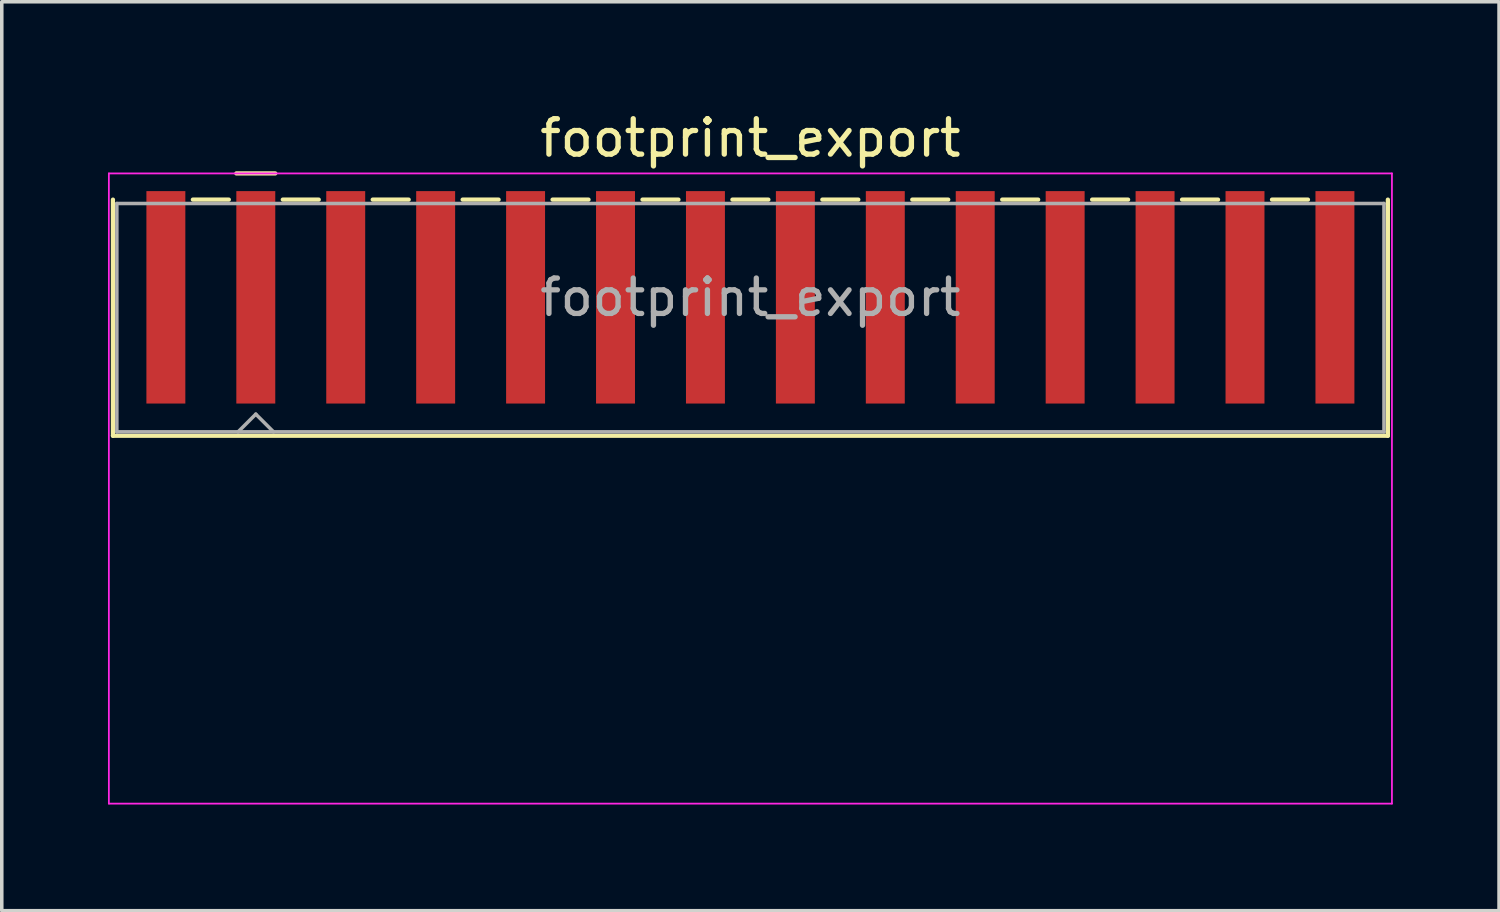
<source format=kicad_pcb>
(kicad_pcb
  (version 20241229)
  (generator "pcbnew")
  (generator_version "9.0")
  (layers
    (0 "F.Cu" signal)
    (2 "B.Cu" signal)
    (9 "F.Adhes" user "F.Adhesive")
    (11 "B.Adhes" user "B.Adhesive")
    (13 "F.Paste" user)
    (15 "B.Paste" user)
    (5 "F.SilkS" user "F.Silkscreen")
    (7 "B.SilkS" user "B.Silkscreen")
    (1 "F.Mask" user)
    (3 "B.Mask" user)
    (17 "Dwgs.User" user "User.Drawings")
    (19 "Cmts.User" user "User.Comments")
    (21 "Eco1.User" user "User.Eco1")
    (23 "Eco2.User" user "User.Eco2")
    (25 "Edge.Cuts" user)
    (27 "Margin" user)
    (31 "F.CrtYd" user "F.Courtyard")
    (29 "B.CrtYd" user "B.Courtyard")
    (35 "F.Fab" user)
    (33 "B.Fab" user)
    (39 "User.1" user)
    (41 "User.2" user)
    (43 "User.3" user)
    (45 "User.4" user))
  (footprint "footprint_export"
    (layer "F.Cu")
    (at 18.145 6.648)
    (property "Reference" "footprint_export" (at 0 -5.8 0) (layer "F.SilkS") (effects (font (size 1 1) (thickness 0.15))))
    (attr smd)
    (fp_line (start -18.005 -4.06) (end -18.005 2.61) (stroke (width 0.12) (type solid)) (layer "F.SilkS"))
    (fp_line (start -15.748 -4.06) (end -14.732 -4.06) (stroke (width 0.12) (type solid)) (layer "F.SilkS"))
    (fp_line (start -14.52 -4.8) (end -13.42 -4.8) (stroke (width 0.12) (type solid)) (layer "F.SilkS"))
    (fp_line (start -13.208 -4.06) (end -12.192 -4.06) (stroke (width 0.12) (type solid)) (layer "F.SilkS"))
    (fp_line (start -10.668 -4.06) (end -9.652 -4.06) (stroke (width 0.12) (type solid)) (layer "F.SilkS"))
    (fp_line (start -8.128 -4.06) (end -7.112 -4.06) (stroke (width 0.12) (type solid)) (layer "F.SilkS"))
    (fp_line (start -5.588 -4.06) (end -4.572 -4.06) (stroke (width 0.12) (type solid)) (layer "F.SilkS"))
    (fp_line (start -3.048 -4.06) (end -2.032 -4.06) (stroke (width 0.12) (type solid)) (layer "F.SilkS"))
    (fp_line (start -0.508 -4.06) (end 0.508 -4.06) (stroke (width 0.12) (type solid)) (layer "F.SilkS"))
    (fp_line (start 2.032 -4.06) (end 3.048 -4.06) (stroke (width 0.12) (type solid)) (layer "F.SilkS"))
    (fp_line (start 4.572 -4.06) (end 5.588 -4.06) (stroke (width 0.12) (type solid)) (layer "F.SilkS"))
    (fp_line (start 7.112 -4.06) (end 8.128 -4.06) (stroke (width 0.12) (type solid)) (layer "F.SilkS"))
    (fp_line (start 9.652 -4.06) (end 10.668 -4.06) (stroke (width 0.12) (type solid)) (layer "F.SilkS"))
    (fp_line (start 12.192 -4.06) (end 13.208 -4.06) (stroke (width 0.12) (type solid)) (layer "F.SilkS"))
    (fp_line (start 14.732 -4.06) (end 15.748 -4.06) (stroke (width 0.12) (type solid)) (layer "F.SilkS"))
    (fp_line (start 18.005 -4.06) (end 18.005 2.61) (stroke (width 0.12) (type solid)) (layer "F.SilkS"))
    (fp_line (start 18.005 2.61) (end -18.005 2.61) (stroke (width 0.12) (type solid)) (layer "F.SilkS"))
    (fp_line (start -18.12 -4.8) (end -18.12 13) (stroke (width 0.05) (type solid)) (layer "F.CrtYd"))
    (fp_line (start -18.12 13) (end 18.12 13) (stroke (width 0.05) (type solid)) (layer "F.CrtYd"))
    (fp_line (start 18.12 -4.8) (end -18.12 -4.8) (stroke (width 0.05) (type solid)) (layer "F.CrtYd"))
    (fp_line (start 18.12 13) (end 18.12 -4.8) (stroke (width 0.05) (type solid)) (layer "F.CrtYd"))
    (fp_line (start -17.895 -3.95) (end -17.895 2.5) (stroke (width 0.1) (type solid)) (layer "F.Fab"))
    (fp_line (start -17.895 2.5) (end 17.895 2.5) (stroke (width 0.1) (type solid)) (layer "F.Fab"))
    (fp_line (start -14.47 2.5) (end -13.97 2) (stroke (width 0.1) (type solid)) (layer "F.Fab"))
    (fp_line (start -13.97 2) (end -13.47 2.5) (stroke (width 0.1) (type solid)) (layer "F.Fab"))
    (fp_line (start 17.895 -3.95) (end -17.895 -3.95) (stroke (width 0.1) (type solid)) (layer "F.Fab"))
    (fp_line (start 17.895 2.5) (end 17.895 -3.95) (stroke (width 0.1) (type solid)) (layer "F.Fab"))
    (fp_text user "${REFERENCE}" (at 0 -1.3 0) (layer "F.Fab") (effects (font (size 1 1) (thickness 0.15))))
    (pad "1" smd rect (at -13.97 -1.3) (size 1.1 6) (layers "F.Cu" "F.Mask" "F.Paste"))
    (pad "2" smd rect (at -11.43 -1.3) (size 1.1 6) (layers "F.Cu" "F.Mask" "F.Paste"))
    (pad "3" smd rect (at -8.89 -1.3) (size 1.1 6) (layers "F.Cu" "F.Mask" "F.Paste"))
    (pad "4" smd rect (at -6.35 -1.3) (size 1.1 6) (layers "F.Cu" "F.Mask" "F.Paste"))
    (pad "5" smd rect (at -3.81 -1.3) (size 1.1 6) (layers "F.Cu" "F.Mask" "F.Paste"))
    (pad "6" smd rect (at -1.27 -1.3) (size 1.1 6) (layers "F.Cu" "F.Mask" "F.Paste"))
    (pad "7" smd rect (at 1.27 -1.3) (size 1.1 6) (layers "F.Cu" "F.Mask" "F.Paste"))
    (pad "8" smd rect (at 3.81 -1.3) (size 1.1 6) (layers "F.Cu" "F.Mask" "F.Paste"))
    (pad "9" smd rect (at 6.35 -1.3) (size 1.1 6) (layers "F.Cu" "F.Mask" "F.Paste"))
    (pad "10" smd rect (at 8.89 -1.3) (size 1.1 6) (layers "F.Cu" "F.Mask" "F.Paste"))
    (pad "11" smd rect (at 11.43 -1.3) (size 1.1 6) (layers "F.Cu" "F.Mask" "F.Paste"))
    (pad "12" smd rect (at 13.97 -1.3) (size 1.1 6) (layers "F.Cu" "F.Mask" "F.Paste"))
    (pad "MP" smd rect (at -16.51 -1.3) (size 1.1 6) (layers "F.Cu" "F.Mask" "F.Paste"))
    (pad "MP" smd rect (at 16.51 -1.3) (size 1.1 6) (layers "F.Cu" "F.Mask" "F.Paste")))
  (gr_rect
    (start -3 -3)
    (end 39.29 22.673)
    (stroke (width 0.1) (type default))
    (fill no)
    (layer "Edge.Cuts")))
</source>
